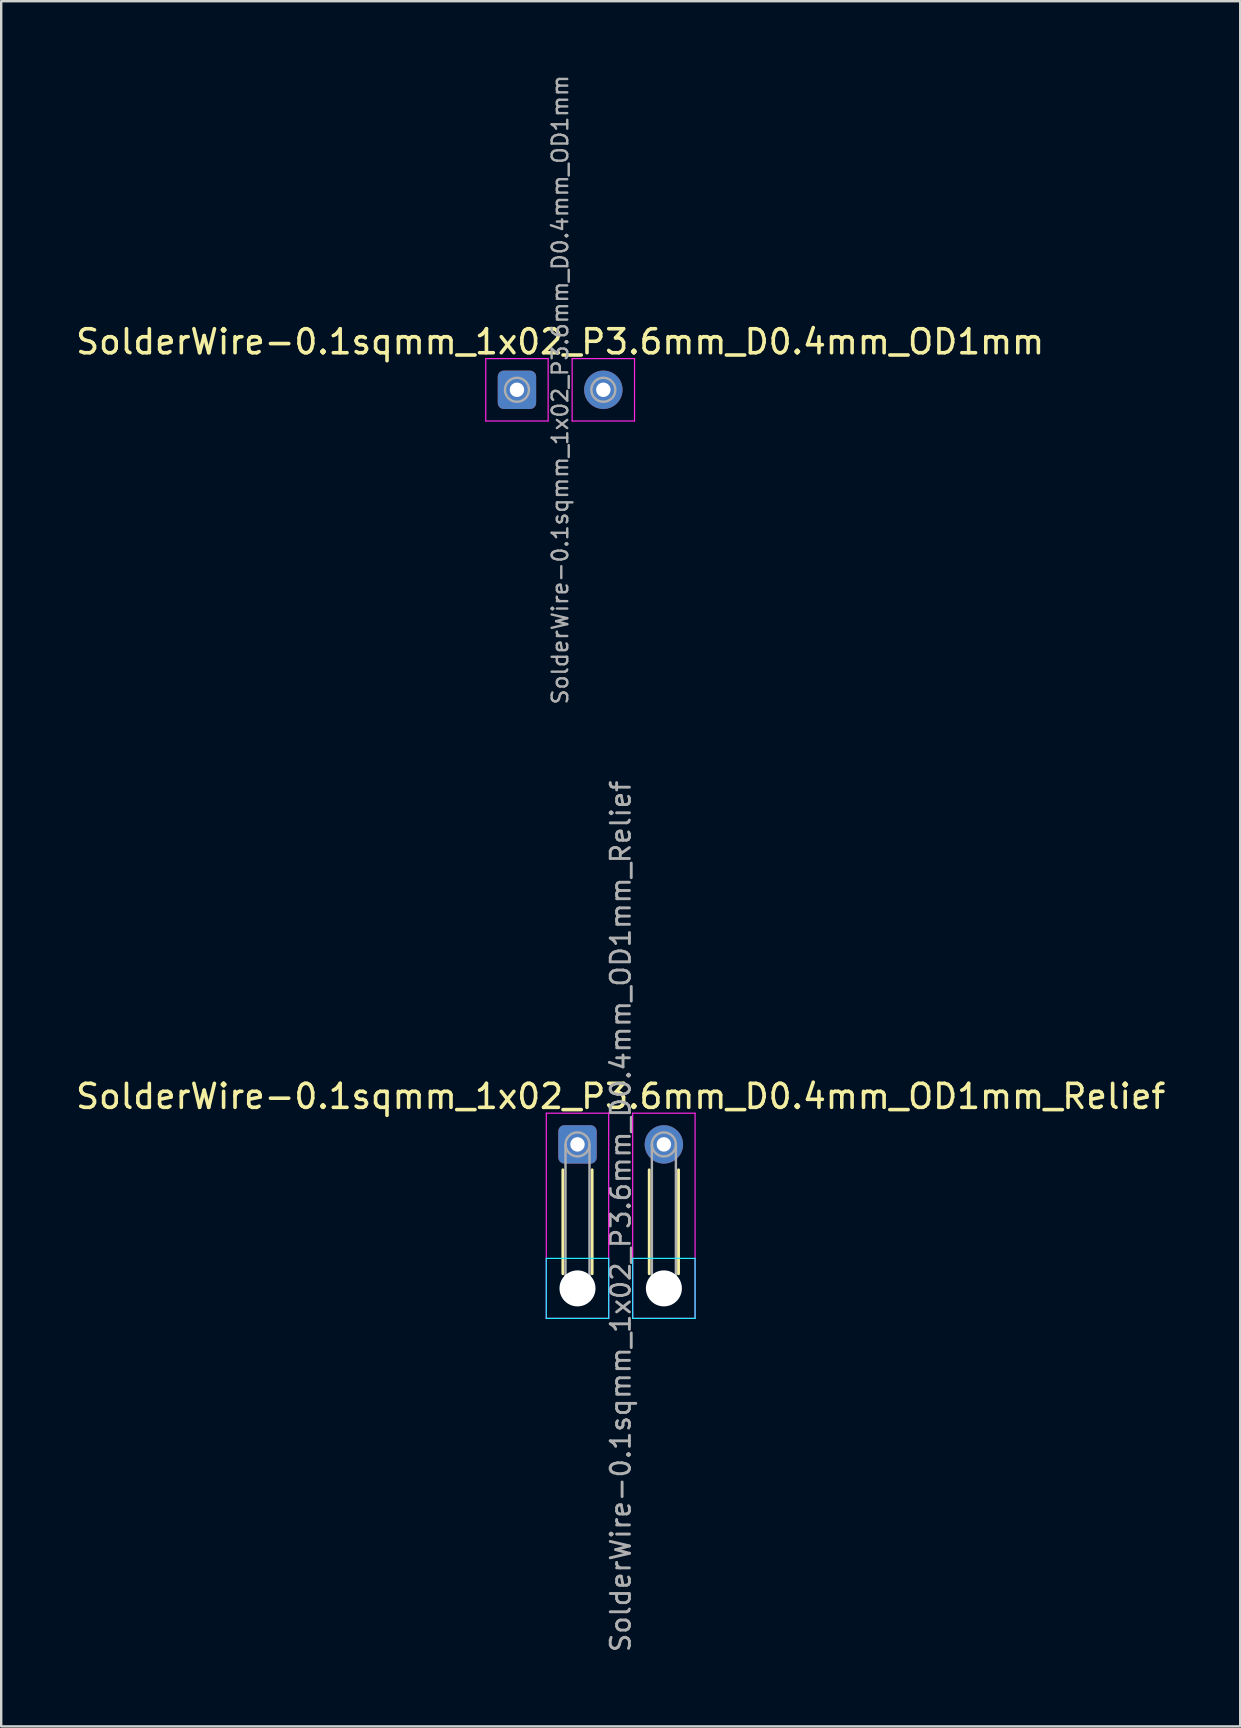
<source format=kicad_pcb>
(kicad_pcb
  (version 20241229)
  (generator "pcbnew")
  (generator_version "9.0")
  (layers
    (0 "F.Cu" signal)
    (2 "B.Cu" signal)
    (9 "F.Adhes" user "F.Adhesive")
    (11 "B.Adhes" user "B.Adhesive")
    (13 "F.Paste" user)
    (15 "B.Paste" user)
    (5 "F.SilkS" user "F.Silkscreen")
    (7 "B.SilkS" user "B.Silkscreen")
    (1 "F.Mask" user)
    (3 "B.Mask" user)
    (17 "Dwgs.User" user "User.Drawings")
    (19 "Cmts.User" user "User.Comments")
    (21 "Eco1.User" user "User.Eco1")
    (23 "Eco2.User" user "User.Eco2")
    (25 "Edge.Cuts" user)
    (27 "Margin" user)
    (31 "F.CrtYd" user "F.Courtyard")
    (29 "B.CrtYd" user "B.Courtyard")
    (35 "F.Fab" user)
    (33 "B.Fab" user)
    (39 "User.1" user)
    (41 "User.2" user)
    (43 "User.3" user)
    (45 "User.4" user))
  (footprint "SolderWire-0.1sqmm_1x02_P3.6mm_D0.4mm_OD1mm"
    (layer "F.Cu")
    (at 18.492 13.193)
    (property "Reference" "SolderWire-0.1sqmm_1x02_P3.6mm_D0.4mm_OD1mm" (at 1.8 -2 0) (layer "F.SilkS") (effects (font (size 1 1) (thickness 0.15))))
    (attr exclude_from_pos_files exclude_from_bom)
    (fp_line (start -1.3 -1.3) (end -1.3 1.3) (stroke (width 0.05) (type solid)) (layer "F.CrtYd"))
    (fp_line (start -1.3 1.3) (end 1.3 1.3) (stroke (width 0.05) (type solid)) (layer "F.CrtYd"))
    (fp_line (start 1.3 -1.3) (end -1.3 -1.3) (stroke (width 0.05) (type solid)) (layer "F.CrtYd"))
    (fp_line (start 1.3 1.3) (end 1.3 -1.3) (stroke (width 0.05) (type solid)) (layer "F.CrtYd"))
    (fp_line (start 2.3 -1.3) (end 2.3 1.3) (stroke (width 0.05) (type solid)) (layer "F.CrtYd"))
    (fp_line (start 2.3 1.3) (end 4.9 1.3) (stroke (width 0.05) (type solid)) (layer "F.CrtYd"))
    (fp_line (start 4.9 -1.3) (end 2.3 -1.3) (stroke (width 0.05) (type solid)) (layer "F.CrtYd"))
    (fp_line (start 4.9 1.3) (end 4.9 -1.3) (stroke (width 0.05) (type solid)) (layer "F.CrtYd"))
    (fp_circle (center 0 0) (end 0.5 0) (stroke (width 0.1) (type solid)) (fill no) (layer "F.Fab"))
    (fp_circle (center 3.6 0) (end 4.1 0) (stroke (width 0.1) (type solid)) (fill no) (layer "F.Fab"))
    (fp_text user "${REFERENCE}" (at 1.8 0 90) (layer "F.Fab") (effects (font (size 0.65 0.65) (thickness 0.1))))
    (pad "1" thru_hole roundrect (at 0 0) (size 1.6 1.6) (drill 0.6) (layers "*.Cu" "*.Mask") (roundrect_rratio 0.156))
    (pad "2" thru_hole circle (at 3.6 0) (size 1.6 1.6) (drill 0.6) (layers "*.Cu" "*.Mask")))
  (footprint "SolderWire-0.1sqmm_1x02_P3.6mm_D0.4mm_OD1mm_Relief"
    (layer "F.Cu")
    (at 21.015 44.639)
    (property "Reference" "SolderWire-0.1sqmm_1x02_P3.6mm_D0.4mm_OD1mm_Relief" (at 1.8 -2 0) (layer "F.SilkS") (effects (font (size 1 1) (thickness 0.15))))
    (attr exclude_from_pos_files exclude_from_bom)
    (fp_line (start -0.61 1.06) (end -0.61 5.39) (stroke (width 0.12) (type solid)) (layer "F.SilkS"))
    (fp_line (start 0.61 1.06) (end 0.61 5.39) (stroke (width 0.12) (type solid)) (layer "F.SilkS"))
    (fp_line (start 2.99 1.06) (end 2.99 5.39) (stroke (width 0.12) (type solid)) (layer "F.SilkS"))
    (fp_line (start 4.21 1.06) (end 4.21 5.39) (stroke (width 0.12) (type solid)) (layer "F.SilkS"))
    (fp_line (start -1.3 4.75) (end -1.3 7.25) (stroke (width 0.05) (type solid)) (layer "B.CrtYd"))
    (fp_line (start -1.3 7.25) (end 1.3 7.25) (stroke (width 0.05) (type solid)) (layer "B.CrtYd"))
    (fp_line (start 1.3 4.75) (end -1.3 4.75) (stroke (width 0.05) (type solid)) (layer "B.CrtYd"))
    (fp_line (start 1.3 7.25) (end 1.3 4.75) (stroke (width 0.05) (type solid)) (layer "B.CrtYd"))
    (fp_line (start 2.3 4.75) (end 2.3 7.25) (stroke (width 0.05) (type solid)) (layer "B.CrtYd"))
    (fp_line (start 2.3 7.25) (end 4.9 7.25) (stroke (width 0.05) (type solid)) (layer "B.CrtYd"))
    (fp_line (start 4.9 4.75) (end 2.3 4.75) (stroke (width 0.05) (type solid)) (layer "B.CrtYd"))
    (fp_line (start 4.9 7.25) (end 4.9 4.75) (stroke (width 0.05) (type solid)) (layer "B.CrtYd"))
    (fp_line (start -1.3 -1.3) (end -1.3 7.25) (stroke (width 0.05) (type solid)) (layer "F.CrtYd"))
    (fp_line (start -1.3 7.25) (end 1.3 7.25) (stroke (width 0.05) (type solid)) (layer "F.CrtYd"))
    (fp_line (start 1.3 -1.3) (end -1.3 -1.3) (stroke (width 0.05) (type solid)) (layer "F.CrtYd"))
    (fp_line (start 1.3 7.25) (end 1.3 -1.3) (stroke (width 0.05) (type solid)) (layer "F.CrtYd"))
    (fp_line (start 2.3 -1.3) (end 2.3 7.25) (stroke (width 0.05) (type solid)) (layer "F.CrtYd"))
    (fp_line (start 2.3 7.25) (end 4.9 7.25) (stroke (width 0.05) (type solid)) (layer "F.CrtYd"))
    (fp_line (start 4.9 -1.3) (end 2.3 -1.3) (stroke (width 0.05) (type solid)) (layer "F.CrtYd"))
    (fp_line (start 4.9 7.25) (end 4.9 -1.3) (stroke (width 0.05) (type solid)) (layer "F.CrtYd"))
    (fp_line (start -0.5 0) (end -0.5 6) (stroke (width 0.1) (type solid)) (layer "F.Fab"))
    (fp_line (start 0.5 0) (end 0.5 6) (stroke (width 0.1) (type solid)) (layer "F.Fab"))
    (fp_line (start 3.1 0) (end 3.1 6) (stroke (width 0.1) (type solid)) (layer "F.Fab"))
    (fp_line (start 4.1 0) (end 4.1 6) (stroke (width 0.1) (type solid)) (layer "F.Fab"))
    (fp_circle (center 0 0) (end 0.5 0) (stroke (width 0.1) (type solid)) (fill no) (layer "F.Fab"))
    (fp_circle (center 0 6) (end 0.5 6) (stroke (width 0.1) (type solid)) (fill no) (layer "F.Fab"))
    (fp_circle (center 3.6 0) (end 4.1 0) (stroke (width 0.1) (type solid)) (fill no) (layer "F.Fab"))
    (fp_circle (center 3.6 6) (end 4.1 6) (stroke (width 0.1) (type solid)) (fill no) (layer "F.Fab"))
    (fp_text user "${REFERENCE}" (at 1.8 3 90) (layer "F.Fab") (effects (font (size 0.8 0.8) (thickness 0.12))))
    (pad "" np_thru_hole circle (at 0 6) (size 1.5 1.5) (drill 1.5) (layers "*.Cu" "*.Mask"))
    (pad "" np_thru_hole circle (at 3.6 6) (size 1.5 1.5) (drill 1.5) (layers "*.Cu" "*.Mask"))
    (pad "1" thru_hole roundrect (at 0 0) (size 1.6 1.6) (drill 0.6) (layers "*.Cu" "*.Mask") (roundrect_rratio 0.156))
    (pad "2" thru_hole circle (at 3.6 0) (size 1.6 1.6) (drill 0.6) (layers "*.Cu" "*.Mask")))
  (gr_rect
    (start -3 -3)
    (end 48.631 68.891)
    (stroke (width 0.1) (type default))
    (fill no)
    (layer "Edge.Cuts")))
</source>
